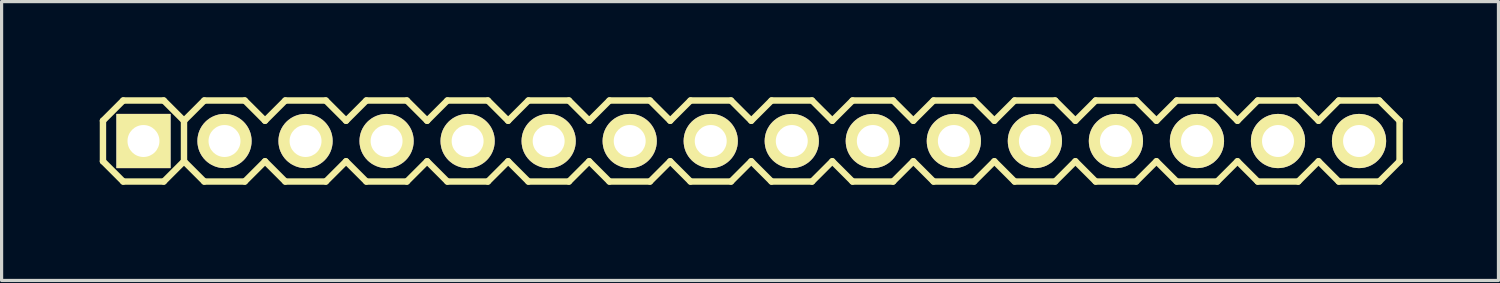
<source format=kicad_pcb>
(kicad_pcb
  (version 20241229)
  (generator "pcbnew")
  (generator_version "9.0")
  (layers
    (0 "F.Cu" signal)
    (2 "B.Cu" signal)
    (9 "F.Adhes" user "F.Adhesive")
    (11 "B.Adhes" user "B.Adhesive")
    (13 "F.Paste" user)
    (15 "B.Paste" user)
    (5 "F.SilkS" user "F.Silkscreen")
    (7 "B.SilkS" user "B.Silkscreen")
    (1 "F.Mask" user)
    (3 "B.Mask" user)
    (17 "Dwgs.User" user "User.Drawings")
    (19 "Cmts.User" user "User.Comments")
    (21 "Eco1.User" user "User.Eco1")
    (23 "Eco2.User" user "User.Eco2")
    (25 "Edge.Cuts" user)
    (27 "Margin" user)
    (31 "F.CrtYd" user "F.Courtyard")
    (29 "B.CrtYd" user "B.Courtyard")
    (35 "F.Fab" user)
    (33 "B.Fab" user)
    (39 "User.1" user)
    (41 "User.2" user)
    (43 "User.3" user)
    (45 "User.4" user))
  (footprint "1X16"
    (layer "F.Cu")
    (at 1.447 1.37)
    (property "Reference" "1X16" (at 0.508 0 0) (layer "Eco1.User") (effects (font (size 0.914 0.914) (thickness 0.203))))
    (attr through_hole)
    (fp_line (start -1.27 -0.635) (end -0.635 -1.27) (stroke (width 0.201) (type solid)) (layer "F.SilkS"))
    (fp_line (start -1.27 0.635) (end -1.27 -0.635) (stroke (width 0.201) (type solid)) (layer "F.SilkS"))
    (fp_line (start -0.635 -1.27) (end 0.635 -1.27) (stroke (width 0.201) (type solid)) (layer "F.SilkS"))
    (fp_line (start -0.635 1.27) (end -1.27 0.635) (stroke (width 0.201) (type solid)) (layer "F.SilkS"))
    (fp_line (start 0.635 -1.27) (end 1.27 -0.635) (stroke (width 0.201) (type solid)) (layer "F.SilkS"))
    (fp_line (start 0.635 1.27) (end -0.635 1.27) (stroke (width 0.201) (type solid)) (layer "F.SilkS"))
    (fp_line (start 1.27 -0.635) (end 1.27 0.635) (stroke (width 0.201) (type solid)) (layer "F.SilkS"))
    (fp_line (start 1.27 -0.635) (end 1.905 -1.27) (stroke (width 0.201) (type solid)) (layer "F.SilkS"))
    (fp_line (start 1.27 0.635) (end 0.635 1.27) (stroke (width 0.201) (type solid)) (layer "F.SilkS"))
    (fp_line (start 1.905 -1.27) (end 3.175 -1.27) (stroke (width 0.201) (type solid)) (layer "F.SilkS"))
    (fp_line (start 1.905 1.27) (end 1.27 0.635) (stroke (width 0.201) (type solid)) (layer "F.SilkS"))
    (fp_line (start 3.175 -1.27) (end 3.81 -0.635) (stroke (width 0.201) (type solid)) (layer "F.SilkS"))
    (fp_line (start 3.175 1.27) (end 1.905 1.27) (stroke (width 0.201) (type solid)) (layer "F.SilkS"))
    (fp_line (start 3.81 -0.635) (end 4.445 -1.27) (stroke (width 0.201) (type solid)) (layer "F.SilkS"))
    (fp_line (start 3.81 0.635) (end 3.175 1.27) (stroke (width 0.201) (type solid)) (layer "F.SilkS"))
    (fp_line (start 4.445 -1.27) (end 5.715 -1.27) (stroke (width 0.201) (type solid)) (layer "F.SilkS"))
    (fp_line (start 4.445 1.27) (end 3.81 0.635) (stroke (width 0.201) (type solid)) (layer "F.SilkS"))
    (fp_line (start 5.715 -1.27) (end 6.35 -0.635) (stroke (width 0.201) (type solid)) (layer "F.SilkS"))
    (fp_line (start 5.715 1.27) (end 4.445 1.27) (stroke (width 0.201) (type solid)) (layer "F.SilkS"))
    (fp_line (start 6.35 -0.635) (end 6.985 -1.27) (stroke (width 0.201) (type solid)) (layer "F.SilkS"))
    (fp_line (start 6.35 0.635) (end 5.715 1.27) (stroke (width 0.201) (type solid)) (layer "F.SilkS"))
    (fp_line (start 6.985 -1.27) (end 8.255 -1.27) (stroke (width 0.201) (type solid)) (layer "F.SilkS"))
    (fp_line (start 6.985 1.27) (end 6.35 0.635) (stroke (width 0.201) (type solid)) (layer "F.SilkS"))
    (fp_line (start 8.255 -1.27) (end 8.89 -0.635) (stroke (width 0.201) (type solid)) (layer "F.SilkS"))
    (fp_line (start 8.255 1.27) (end 6.985 1.27) (stroke (width 0.201) (type solid)) (layer "F.SilkS"))
    (fp_line (start 8.89 -0.635) (end 9.525 -1.27) (stroke (width 0.201) (type solid)) (layer "F.SilkS"))
    (fp_line (start 8.89 0.635) (end 8.255 1.27) (stroke (width 0.201) (type solid)) (layer "F.SilkS"))
    (fp_line (start 9.525 -1.27) (end 10.795 -1.27) (stroke (width 0.201) (type solid)) (layer "F.SilkS"))
    (fp_line (start 9.525 1.27) (end 8.89 0.635) (stroke (width 0.201) (type solid)) (layer "F.SilkS"))
    (fp_line (start 10.795 -1.27) (end 11.43 -0.635) (stroke (width 0.201) (type solid)) (layer "F.SilkS"))
    (fp_line (start 10.795 1.27) (end 9.525 1.27) (stroke (width 0.201) (type solid)) (layer "F.SilkS"))
    (fp_line (start 11.43 -0.635) (end 12.065 -1.27) (stroke (width 0.201) (type solid)) (layer "F.SilkS"))
    (fp_line (start 11.43 0.635) (end 10.795 1.27) (stroke (width 0.201) (type solid)) (layer "F.SilkS"))
    (fp_line (start 12.065 -1.27) (end 13.335 -1.27) (stroke (width 0.201) (type solid)) (layer "F.SilkS"))
    (fp_line (start 12.065 1.27) (end 11.43 0.635) (stroke (width 0.201) (type solid)) (layer "F.SilkS"))
    (fp_line (start 13.335 -1.27) (end 13.97 -0.635) (stroke (width 0.201) (type solid)) (layer "F.SilkS"))
    (fp_line (start 13.335 1.27) (end 12.065 1.27) (stroke (width 0.201) (type solid)) (layer "F.SilkS"))
    (fp_line (start 13.97 -0.635) (end 14.605 -1.27) (stroke (width 0.201) (type solid)) (layer "F.SilkS"))
    (fp_line (start 13.97 0.635) (end 13.335 1.27) (stroke (width 0.201) (type solid)) (layer "F.SilkS"))
    (fp_line (start 14.605 -1.27) (end 15.875 -1.27) (stroke (width 0.201) (type solid)) (layer "F.SilkS"))
    (fp_line (start 14.605 1.27) (end 13.97 0.635) (stroke (width 0.201) (type solid)) (layer "F.SilkS"))
    (fp_line (start 15.875 -1.27) (end 16.51 -0.635) (stroke (width 0.201) (type solid)) (layer "F.SilkS"))
    (fp_line (start 15.875 1.27) (end 14.605 1.27) (stroke (width 0.201) (type solid)) (layer "F.SilkS"))
    (fp_line (start 16.51 -0.635) (end 17.145 -1.27) (stroke (width 0.201) (type solid)) (layer "F.SilkS"))
    (fp_line (start 16.51 0.635) (end 15.875 1.27) (stroke (width 0.201) (type solid)) (layer "F.SilkS"))
    (fp_line (start 17.145 -1.27) (end 18.415 -1.27) (stroke (width 0.201) (type solid)) (layer "F.SilkS"))
    (fp_line (start 17.145 1.27) (end 16.51 0.635) (stroke (width 0.201) (type solid)) (layer "F.SilkS"))
    (fp_line (start 18.415 -1.27) (end 19.05 -0.635) (stroke (width 0.201) (type solid)) (layer "F.SilkS"))
    (fp_line (start 18.415 1.27) (end 17.145 1.27) (stroke (width 0.201) (type solid)) (layer "F.SilkS"))
    (fp_line (start 19.05 -0.635) (end 19.685 -1.27) (stroke (width 0.201) (type solid)) (layer "F.SilkS"))
    (fp_line (start 19.05 0.635) (end 18.415 1.27) (stroke (width 0.201) (type solid)) (layer "F.SilkS"))
    (fp_line (start 19.685 -1.27) (end 20.955 -1.27) (stroke (width 0.201) (type solid)) (layer "F.SilkS"))
    (fp_line (start 19.685 1.27) (end 19.05 0.635) (stroke (width 0.201) (type solid)) (layer "F.SilkS"))
    (fp_line (start 20.955 -1.27) (end 21.59 -0.635) (stroke (width 0.201) (type solid)) (layer "F.SilkS"))
    (fp_line (start 20.955 1.27) (end 19.685 1.27) (stroke (width 0.201) (type solid)) (layer "F.SilkS"))
    (fp_line (start 21.59 -0.635) (end 22.225 -1.27) (stroke (width 0.201) (type solid)) (layer "F.SilkS"))
    (fp_line (start 21.59 0.635) (end 20.955 1.27) (stroke (width 0.201) (type solid)) (layer "F.SilkS"))
    (fp_line (start 22.225 -1.27) (end 23.495 -1.27) (stroke (width 0.201) (type solid)) (layer "F.SilkS"))
    (fp_line (start 22.225 1.27) (end 21.59 0.635) (stroke (width 0.201) (type solid)) (layer "F.SilkS"))
    (fp_line (start 23.495 -1.27) (end 24.13 -0.635) (stroke (width 0.201) (type solid)) (layer "F.SilkS"))
    (fp_line (start 23.495 1.27) (end 22.225 1.27) (stroke (width 0.201) (type solid)) (layer "F.SilkS"))
    (fp_line (start 24.13 -0.635) (end 24.765 -1.27) (stroke (width 0.201) (type solid)) (layer "F.SilkS"))
    (fp_line (start 24.13 0.635) (end 23.495 1.27) (stroke (width 0.201) (type solid)) (layer "F.SilkS"))
    (fp_line (start 24.765 -1.27) (end 26.035 -1.27) (stroke (width 0.201) (type solid)) (layer "F.SilkS"))
    (fp_line (start 24.765 1.27) (end 24.13 0.635) (stroke (width 0.201) (type solid)) (layer "F.SilkS"))
    (fp_line (start 26.035 -1.27) (end 26.67 -0.635) (stroke (width 0.201) (type solid)) (layer "F.SilkS"))
    (fp_line (start 26.035 1.27) (end 24.765 1.27) (stroke (width 0.201) (type solid)) (layer "F.SilkS"))
    (fp_line (start 26.67 -0.635) (end 27.305 -1.27) (stroke (width 0.201) (type solid)) (layer "F.SilkS"))
    (fp_line (start 26.67 0.635) (end 26.035 1.27) (stroke (width 0.201) (type solid)) (layer "F.SilkS"))
    (fp_line (start 27.305 -1.27) (end 28.575 -1.27) (stroke (width 0.201) (type solid)) (layer "F.SilkS"))
    (fp_line (start 27.305 1.27) (end 26.67 0.635) (stroke (width 0.201) (type solid)) (layer "F.SilkS"))
    (fp_line (start 28.575 -1.27) (end 29.21 -0.635) (stroke (width 0.201) (type solid)) (layer "F.SilkS"))
    (fp_line (start 28.575 1.27) (end 27.305 1.27) (stroke (width 0.201) (type solid)) (layer "F.SilkS"))
    (fp_line (start 29.21 -0.635) (end 29.845 -1.27) (stroke (width 0.201) (type solid)) (layer "F.SilkS"))
    (fp_line (start 29.21 0.635) (end 28.575 1.27) (stroke (width 0.201) (type solid)) (layer "F.SilkS"))
    (fp_line (start 29.845 -1.27) (end 31.115 -1.27) (stroke (width 0.201) (type solid)) (layer "F.SilkS"))
    (fp_line (start 29.845 1.27) (end 29.21 0.635) (stroke (width 0.201) (type solid)) (layer "F.SilkS"))
    (fp_line (start 31.115 -1.27) (end 31.75 -0.635) (stroke (width 0.201) (type solid)) (layer "F.SilkS"))
    (fp_line (start 31.115 1.27) (end 29.845 1.27) (stroke (width 0.201) (type solid)) (layer "F.SilkS"))
    (fp_line (start 31.75 -0.635) (end 32.385 -1.27) (stroke (width 0.201) (type solid)) (layer "F.SilkS"))
    (fp_line (start 31.75 0.635) (end 31.115 1.27) (stroke (width 0.201) (type solid)) (layer "F.SilkS"))
    (fp_line (start 32.385 -1.27) (end 33.655 -1.27) (stroke (width 0.201) (type solid)) (layer "F.SilkS"))
    (fp_line (start 32.385 1.27) (end 31.75 0.635) (stroke (width 0.201) (type solid)) (layer "F.SilkS"))
    (fp_line (start 33.655 -1.27) (end 34.29 -0.635) (stroke (width 0.201) (type solid)) (layer "F.SilkS"))
    (fp_line (start 33.655 1.27) (end 32.385 1.27) (stroke (width 0.201) (type solid)) (layer "F.SilkS"))
    (fp_line (start 34.29 -0.635) (end 34.925 -1.27) (stroke (width 0.201) (type solid)) (layer "F.SilkS"))
    (fp_line (start 34.29 0.635) (end 33.655 1.27) (stroke (width 0.201) (type solid)) (layer "F.SilkS"))
    (fp_line (start 34.925 -1.27) (end 36.195 -1.27) (stroke (width 0.201) (type solid)) (layer "F.SilkS"))
    (fp_line (start 34.925 1.27) (end 34.29 0.635) (stroke (width 0.201) (type solid)) (layer "F.SilkS"))
    (fp_line (start 36.195 -1.27) (end 36.83 -0.635) (stroke (width 0.201) (type solid)) (layer "F.SilkS"))
    (fp_line (start 36.195 1.27) (end 34.925 1.27) (stroke (width 0.201) (type solid)) (layer "F.SilkS"))
    (fp_line (start 36.83 -0.635) (end 37.465 -1.27) (stroke (width 0.201) (type solid)) (layer "F.SilkS"))
    (fp_line (start 36.83 0.635) (end 36.195 1.27) (stroke (width 0.201) (type solid)) (layer "F.SilkS"))
    (fp_line (start 37.465 -1.27) (end 38.735 -1.27) (stroke (width 0.201) (type solid)) (layer "F.SilkS"))
    (fp_line (start 37.465 1.27) (end 36.83 0.635) (stroke (width 0.201) (type solid)) (layer "F.SilkS"))
    (fp_line (start 38.735 -1.27) (end 39.37 -0.635) (stroke (width 0.201) (type solid)) (layer "F.SilkS"))
    (fp_line (start 38.735 1.27) (end 37.465 1.27) (stroke (width 0.201) (type solid)) (layer "F.SilkS"))
    (fp_line (start 39.37 -0.635) (end 39.37 0.635) (stroke (width 0.201) (type solid)) (layer "F.SilkS"))
    (fp_line (start 39.37 0.635) (end 38.735 1.27) (stroke (width 0.201) (type solid)) (layer "F.SilkS"))
    (pad "1" thru_hole rect (at 0 0) (size 1.699 1.699) (drill 1.001) (layers "*.Cu" "*.Mask" "F.SilkS"))
    (pad "2" thru_hole circle (at 2.54 0) (size 1.699 1.699) (drill 1.001) (layers "*.Cu" "*.Mask" "F.SilkS"))
    (pad "3" thru_hole circle (at 5.08 0) (size 1.699 1.699) (drill 1.001) (layers "*.Cu" "*.Mask" "F.SilkS"))
    (pad "4" thru_hole circle (at 7.62 0) (size 1.699 1.699) (drill 1.001) (layers "*.Cu" "*.Mask" "F.SilkS"))
    (pad "5" thru_hole circle (at 10.16 0) (size 1.699 1.699) (drill 1.001) (layers "*.Cu" "*.Mask" "F.SilkS"))
    (pad "6" thru_hole circle (at 12.7 0) (size 1.699 1.699) (drill 1.001) (layers "*.Cu" "*.Mask" "F.SilkS"))
    (pad "7" thru_hole circle (at 15.24 0) (size 1.699 1.699) (drill 1.001) (layers "*.Cu" "*.Mask" "F.SilkS"))
    (pad "8" thru_hole circle (at 17.78 0) (size 1.699 1.699) (drill 1.001) (layers "*.Cu" "*.Mask" "F.SilkS"))
    (pad "9" thru_hole circle (at 20.32 0) (size 1.699 1.699) (drill 1.001) (layers "*.Cu" "*.Mask" "F.SilkS"))
    (pad "10" thru_hole circle (at 22.86 0) (size 1.699 1.699) (drill 1.001) (layers "*.Cu" "*.Mask" "F.SilkS"))
    (pad "11" thru_hole circle (at 25.4 0) (size 1.699 1.699) (drill 1.001) (layers "*.Cu" "*.Mask" "F.SilkS"))
    (pad "12" thru_hole circle (at 27.94 0) (size 1.699 1.699) (drill 1.001) (layers "*.Cu" "*.Mask" "F.SilkS"))
    (pad "13" thru_hole circle (at 30.48 0) (size 1.699 1.699) (drill 1.001) (layers "*.Cu" "*.Mask" "F.SilkS"))
    (pad "14" thru_hole circle (at 33.02 0) (size 1.699 1.699) (drill 1.001) (layers "*.Cu" "*.Mask" "F.SilkS"))
    (pad "15" thru_hole circle (at 35.56 0) (size 1.699 1.699) (drill 1.001) (layers "*.Cu" "*.Mask" "F.SilkS"))
    (pad "16" thru_hole circle (at 38.1 0) (size 1.699 1.699) (drill 1.001) (layers "*.Cu" "*.Mask" "F.SilkS")))
  (gr_rect
    (start -3 -3)
    (end 43.917 5.741)
    (stroke (width 0.1) (type default))
    (fill no)
    (layer "Edge.Cuts")))
</source>
